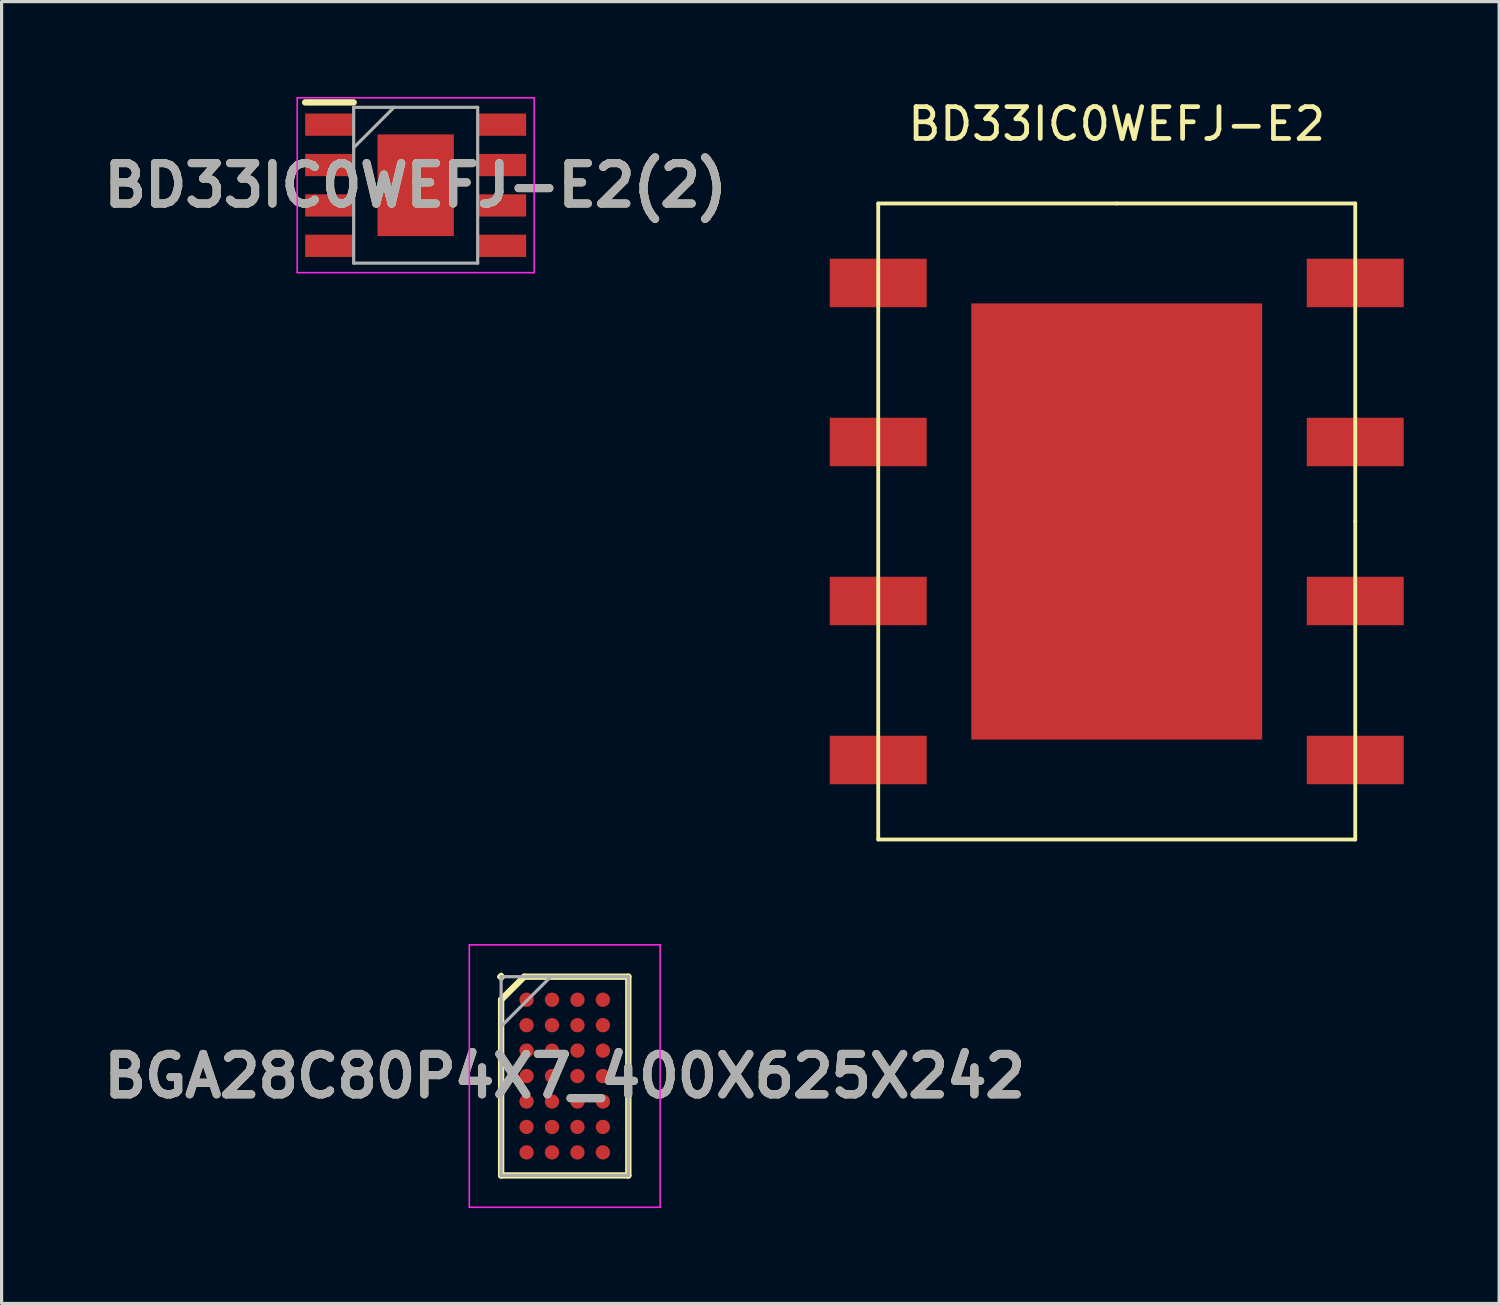
<source format=kicad_pcb>
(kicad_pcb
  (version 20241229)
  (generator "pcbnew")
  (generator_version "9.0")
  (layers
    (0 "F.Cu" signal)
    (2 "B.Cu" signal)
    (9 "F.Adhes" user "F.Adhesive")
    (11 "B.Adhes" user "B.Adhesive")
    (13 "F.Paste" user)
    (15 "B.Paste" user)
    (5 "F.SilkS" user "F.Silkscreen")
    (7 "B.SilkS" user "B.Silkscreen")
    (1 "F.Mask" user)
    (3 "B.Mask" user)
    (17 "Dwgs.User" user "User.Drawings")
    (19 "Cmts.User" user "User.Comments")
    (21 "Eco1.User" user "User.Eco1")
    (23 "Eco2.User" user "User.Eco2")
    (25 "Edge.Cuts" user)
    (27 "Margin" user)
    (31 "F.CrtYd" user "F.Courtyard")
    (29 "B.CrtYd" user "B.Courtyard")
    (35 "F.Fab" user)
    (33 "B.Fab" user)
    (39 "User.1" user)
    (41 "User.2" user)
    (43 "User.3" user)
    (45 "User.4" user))
  (footprint "BD33IC0WEFJ-E2"
    (layer "F.Cu")
    (at 32.066 13.348)
    (property "Reference" "BD33IC0WEFJ-E2" (at 0 -12.5 0) (layer "F.SilkS") (effects (font (size 1 1) (thickness 0.15))))
    (attr through_hole)
    (fp_line (start -7.5 -10) (end -7.5 10) (stroke (width 0.12) (type solid)) (layer "F.SilkS"))
    (fp_line (start -7.5 10) (end 7.5 10) (stroke (width 0.12) (type solid)) (layer "F.SilkS"))
    (fp_line (start 0 -10) (end -7.5 -10) (stroke (width 0.12) (type solid)) (layer "F.SilkS"))
    (fp_line (start 7.5 -10) (end 0 -10) (stroke (width 0.12) (type solid)) (layer "F.SilkS"))
    (fp_line (start 7.5 0) (end 7.5 -10) (stroke (width 0.12) (type solid)) (layer "F.SilkS"))
    (fp_line (start 7.5 10) (end 7.5 0) (stroke (width 0.12) (type solid)) (layer "F.SilkS"))
    (pad "1" smd rect (at -7.5 -7.5) (size 3.048 1.524) (layers "F.Cu" "F.Mask" "F.Paste"))
    (pad "2" smd rect (at -7.5 -2.5) (size 3.048 1.524) (layers "F.Cu" "F.Mask" "F.Paste"))
    (pad "3" smd rect (at -7.5 2.5) (size 3.048 1.524) (layers "F.Cu" "F.Mask" "F.Paste"))
    (pad "4" smd rect (at -7.5 7.5) (size 3.048 1.524) (layers "F.Cu" "F.Mask" "F.Paste"))
    (pad "5" smd rect (at 7.5 7.5) (size 3.048 1.524) (layers "F.Cu" "F.Mask" "F.Paste"))
    (pad "6" smd rect (at 7.5 2.5) (size 3.048 1.524) (layers "F.Cu" "F.Mask" "F.Paste"))
    (pad "7" smd rect (at 7.5 -2.5) (size 3.048 1.524) (layers "F.Cu" "F.Mask" "F.Paste"))
    (pad "8" smd rect (at 7.5 -7.5) (size 3.048 1.524) (layers "F.Cu" "F.Mask" "F.Paste"))
    (pad "9" smd rect (at 0 0) (size 9.144 13.716) (layers "F.Cu" "F.Mask" "F.Paste")))
  (footprint "BGA28C80P4X7_400X625X242"
    (layer "F.Cu")
    (at 14.708 30.787)
    (property "Reference" "BGA28C80P4X7_400X625X242" (at 0 0 0) (layer "F.SilkS") (effects (font (size 1.27 1.27) (thickness 0.254))))
    (attr smd)
    (fp_line (start -2 -2.4) (end -1.275 -3.125) (stroke (width 0.2) (type solid)) (layer "F.SilkS"))
    (fp_line (start -2 3.125) (end -2 -2.4) (stroke (width 0.2) (type solid)) (layer "F.SilkS"))
    (fp_line (start -1.275 -3.125) (end 2 -3.125) (stroke (width 0.2) (type solid)) (layer "F.SilkS"))
    (fp_line (start 2 -3.125) (end 2 3.125) (stroke (width 0.2) (type solid)) (layer "F.SilkS"))
    (fp_line (start 2 3.125) (end -2 3.125) (stroke (width 0.2) (type solid)) (layer "F.SilkS"))
    (fp_line (start -3 -4.125) (end 3 -4.125) (stroke (width 0.05) (type solid)) (layer "F.CrtYd"))
    (fp_line (start -3 4.125) (end -3 -4.125) (stroke (width 0.05) (type solid)) (layer "F.CrtYd"))
    (fp_line (start 3 -4.125) (end 3 4.125) (stroke (width 0.05) (type solid)) (layer "F.CrtYd"))
    (fp_line (start 3 4.125) (end -3 4.125) (stroke (width 0.05) (type solid)) (layer "F.CrtYd"))
    (fp_line (start -2 -3.125) (end 2 -3.125) (stroke (width 0.1) (type solid)) (layer "F.Fab"))
    (fp_line (start -2 -1.562) (end -0.438 -3.124) (stroke (width 0.1) (type solid)) (layer "F.Fab"))
    (fp_line (start -2 3.125) (end -2 -3.125) (stroke (width 0.1) (type solid)) (layer "F.Fab"))
    (fp_line (start 2 -3.125) (end 2 3.125) (stroke (width 0.1) (type solid)) (layer "F.Fab"))
    (fp_line (start 2 3.125) (end -2 3.125) (stroke (width 0.1) (type solid)) (layer "F.Fab"))
    (fp_text user "." (at -2 -3.53 0) (layer "F.SilkS") (effects (font (size 1 1) (thickness 0.15))))
    (fp_text user "${REFERENCE}" (at 0 0 0) (layer "F.Fab") (effects (font (size 1.27 1.27) (thickness 0.254))))
    (pad "A1" smd circle (at -1.2 -2.4 90) (size 0.45 0.45) (layers "F.Cu" "F.Mask" "F.Paste"))
    (pad "A2" smd circle (at -0.4 -2.4 90) (size 0.45 0.45) (layers "F.Cu" "F.Mask" "F.Paste"))
    (pad "A3" smd circle (at 0.4 -2.4 90) (size 0.45 0.45) (layers "F.Cu" "F.Mask" "F.Paste"))
    (pad "A4" smd circle (at 1.2 -2.4 90) (size 0.45 0.45) (layers "F.Cu" "F.Mask" "F.Paste"))
    (pad "B1" smd circle (at -1.2 -1.6 90) (size 0.45 0.45) (layers "F.Cu" "F.Mask" "F.Paste"))
    (pad "B2" smd circle (at -0.4 -1.6 90) (size 0.45 0.45) (layers "F.Cu" "F.Mask" "F.Paste"))
    (pad "B3" smd circle (at 0.4 -1.6 90) (size 0.45 0.45) (layers "F.Cu" "F.Mask" "F.Paste"))
    (pad "B4" smd circle (at 1.2 -1.6 90) (size 0.45 0.45) (layers "F.Cu" "F.Mask" "F.Paste"))
    (pad "C1" smd circle (at -1.2 -0.8 90) (size 0.45 0.45) (layers "F.Cu" "F.Mask" "F.Paste"))
    (pad "C2" smd circle (at -0.4 -0.8 90) (size 0.45 0.45) (layers "F.Cu" "F.Mask" "F.Paste"))
    (pad "C3" smd circle (at 0.4 -0.8 90) (size 0.45 0.45) (layers "F.Cu" "F.Mask" "F.Paste"))
    (pad "C4" smd circle (at 1.2 -0.8 90) (size 0.45 0.45) (layers "F.Cu" "F.Mask" "F.Paste"))
    (pad "D1" smd circle (at -1.2 0 90) (size 0.45 0.45) (layers "F.Cu" "F.Mask" "F.Paste"))
    (pad "D2" smd circle (at -0.4 0 90) (size 0.45 0.45) (layers "F.Cu" "F.Mask" "F.Paste"))
    (pad "D3" smd circle (at 0.4 0 90) (size 0.45 0.45) (layers "F.Cu" "F.Mask" "F.Paste"))
    (pad "D4" smd circle (at 1.2 0 90) (size 0.45 0.45) (layers "F.Cu" "F.Mask" "F.Paste"))
    (pad "E1" smd circle (at -1.2 0.8 90) (size 0.45 0.45) (layers "F.Cu" "F.Mask" "F.Paste"))
    (pad "E2" smd circle (at -0.4 0.8 90) (size 0.45 0.45) (layers "F.Cu" "F.Mask" "F.Paste"))
    (pad "E3" smd circle (at 0.4 0.8 90) (size 0.45 0.45) (layers "F.Cu" "F.Mask" "F.Paste"))
    (pad "E4" smd circle (at 1.2 0.8 90) (size 0.45 0.45) (layers "F.Cu" "F.Mask" "F.Paste"))
    (pad "F1" smd circle (at -1.2 1.6 90) (size 0.45 0.45) (layers "F.Cu" "F.Mask" "F.Paste"))
    (pad "F2" smd circle (at -0.4 1.6 90) (size 0.45 0.45) (layers "F.Cu" "F.Mask" "F.Paste"))
    (pad "F3" smd circle (at 0.4 1.6 90) (size 0.45 0.45) (layers "F.Cu" "F.Mask" "F.Paste"))
    (pad "F4" smd circle (at 1.2 1.6 90) (size 0.45 0.45) (layers "F.Cu" "F.Mask" "F.Paste"))
    (pad "G1" smd circle (at -1.2 2.4 90) (size 0.45 0.45) (layers "F.Cu" "F.Mask" "F.Paste"))
    (pad "G2" smd circle (at -0.4 2.4 90) (size 0.45 0.45) (layers "F.Cu" "F.Mask" "F.Paste"))
    (pad "G3" smd circle (at 0.4 2.4 90) (size 0.45 0.45) (layers "F.Cu" "F.Mask" "F.Paste"))
    (pad "G4" smd circle (at 1.2 2.4 90) (size 0.45 0.45) (layers "F.Cu" "F.Mask" "F.Paste")))
  (footprint "BD33IC0WEFJ-E2(2)"
    (layer "F.Cu")
    (at 10.021 2.775)
    (property "Reference" "BD33IC0WEFJ-E2(2)" (at 0 0 0) (layer "F.SilkS") (effects (font (size 1.27 1.27) (thickness 0.254))))
    (attr smd)
    (fp_line (start -3.475 -2.605) (end -1.95 -2.605) (stroke (width 0.2) (type solid)) (layer "F.SilkS"))
    (fp_line (start -3.725 -2.75) (end 3.725 -2.75) (stroke (width 0.05) (type solid)) (layer "F.CrtYd"))
    (fp_line (start -3.725 2.75) (end -3.725 -2.75) (stroke (width 0.05) (type solid)) (layer "F.CrtYd"))
    (fp_line (start 3.725 -2.75) (end 3.725 2.75) (stroke (width 0.05) (type solid)) (layer "F.CrtYd"))
    (fp_line (start 3.725 2.75) (end -3.725 2.75) (stroke (width 0.05) (type solid)) (layer "F.CrtYd"))
    (fp_line (start -1.95 -2.45) (end 1.95 -2.45) (stroke (width 0.1) (type solid)) (layer "F.Fab"))
    (fp_line (start -1.95 -1.18) (end -0.68 -2.45) (stroke (width 0.1) (type solid)) (layer "F.Fab"))
    (fp_line (start -1.95 2.45) (end -1.95 -2.45) (stroke (width 0.1) (type solid)) (layer "F.Fab"))
    (fp_line (start 1.95 -2.45) (end 1.95 2.45) (stroke (width 0.1) (type solid)) (layer "F.Fab"))
    (fp_line (start 1.95 2.45) (end -1.95 2.45) (stroke (width 0.1) (type solid)) (layer "F.Fab"))
    (fp_text user "${REFERENCE}" (at 0 0 0) (layer "F.Fab") (effects (font (size 1.27 1.27) (thickness 0.254))))
    (pad "1" smd rect (at -2.712 -1.905 90) (size 0.7 1.525) (layers "F.Cu" "F.Mask" "F.Paste"))
    (pad "2" smd rect (at -2.712 -0.635 90) (size 0.7 1.525) (layers "F.Cu" "F.Mask" "F.Paste"))
    (pad "3" smd rect (at -2.712 0.635 90) (size 0.7 1.525) (layers "F.Cu" "F.Mask" "F.Paste"))
    (pad "4" smd rect (at -2.712 1.905 90) (size 0.7 1.525) (layers "F.Cu" "F.Mask" "F.Paste"))
    (pad "5" smd rect (at 2.712 1.905 90) (size 0.7 1.525) (layers "F.Cu" "F.Mask" "F.Paste"))
    (pad "6" smd rect (at 2.712 0.635 90) (size 0.7 1.525) (layers "F.Cu" "F.Mask" "F.Paste"))
    (pad "7" smd rect (at 2.712 -0.635 90) (size 0.7 1.525) (layers "F.Cu" "F.Mask" "F.Paste"))
    (pad "8" smd rect (at 2.712 -1.905 90) (size 0.7 1.525) (layers "F.Cu" "F.Mask" "F.Paste"))
    (pad "9" smd rect (at 0 0) (size 2.4 3.2) (layers "F.Cu" "F.Mask" "F.Paste")))
  (gr_rect
    (start -3 -3)
    (end 44.09 37.937)
    (stroke (width 0.1) (type default))
    (fill no)
    (layer "Edge.Cuts")))
</source>
